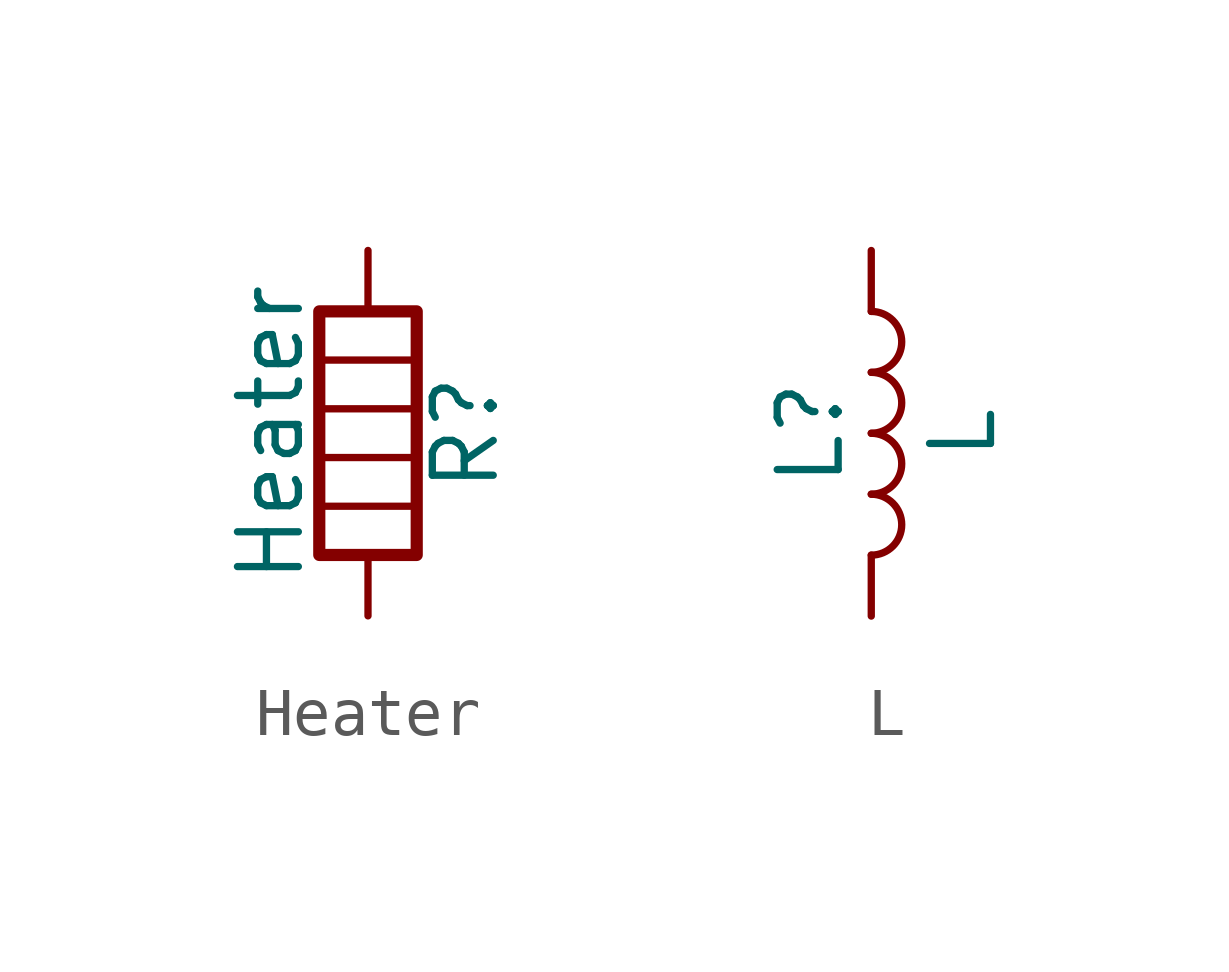
<source format=kicad_sym>
(kicad_symbol_lib
  (version 20241209)
  (generator "kicad_symbol_editor")
  (generator_version "9.0")
  (symbol "Heater"
    (pin_numbers
      (hide yes))
    (pin_names
      (offset 0))
    (property "Reference" "R"
      (at 2.032 0 90)
      (effects (font (size 1.27 1.27))))
    (property "Value" "Heater"
      (at -2.032 0 90)
      (effects (font (size 1.27 1.27))))
    (symbol "Heater_0_1"
      (polyline (pts (xy -1.016 1.524) (xy 1.016 1.524)) (stroke (width 0) (type solid)) (fill (type none)))
      (rectangle (start -1.016 -2.54) (end 1.016 2.54) (stroke (width 0.254) (type solid)) (fill (type none)))
      (polyline (pts (xy 1.016 0.508) (xy -1.016 0.508)) (stroke (width 0) (type solid)) (fill (type none)))
      (polyline (pts (xy 1.016 -0.508) (xy -1.016 -0.508)) (stroke (width 0) (type solid)) (fill (type none)))
      (polyline (pts (xy 1.016 -1.524) (xy -1.016 -1.524)) (stroke (width 0) (type solid)) (fill (type none))))
    (symbol "Heater_1_1"
      (pin passive line (at 0 3.81 270) (length 1.27) (name "~" (effects (font (size 1.27 1.27)))) (number "1" (effects (font (size 1.27 1.27)))))
      (pin passive line (at 0 -3.81 90) (length 1.27) (name "~" (effects (font (size 1.27 1.27)))) (number "2" (effects (font (size 1.27 1.27)))))))
  (symbol "L"
    (pin_numbers
      (hide yes))
    (pin_names
      (offset 1.016)
      (hide yes))
    (property "Reference" "L"
      (at -1.27 0 90)
      (effects (font (size 1.27 1.27))))
    (property "Value" "L"
      (at 1.905 0 90)
      (effects (font (size 1.27 1.27))))
    (symbol "L_0_1"
      (arc (start 0 2.54) (mid 0.635 1.905) (end 0 1.27) (stroke (width 0) (type solid)) (fill (type none)))
      (arc (start 0 1.27) (mid 0.635 0.635) (end 0 0) (stroke (width 0) (type solid)) (fill (type none)))
      (arc (start 0 0) (mid 0.635 -0.635) (end 0 -1.27) (stroke (width 0) (type solid)) (fill (type none)))
      (arc (start 0 -1.27) (mid 0.635 -1.905) (end 0 -2.54) (stroke (width 0) (type solid)) (fill (type none))))
    (symbol "L_1_1"
      (pin passive line (at 0 3.81 270) (length 1.27) (name "1" (effects (font (size 1.27 1.27)))) (number "1" (effects (font (size 1.27 1.27)))))
      (pin passive line (at 0 -3.81 90) (length 1.27) (name "2" (effects (font (size 1.27 1.27)))) (number "2" (effects (font (size 1.27 1.27))))))))
</source>
